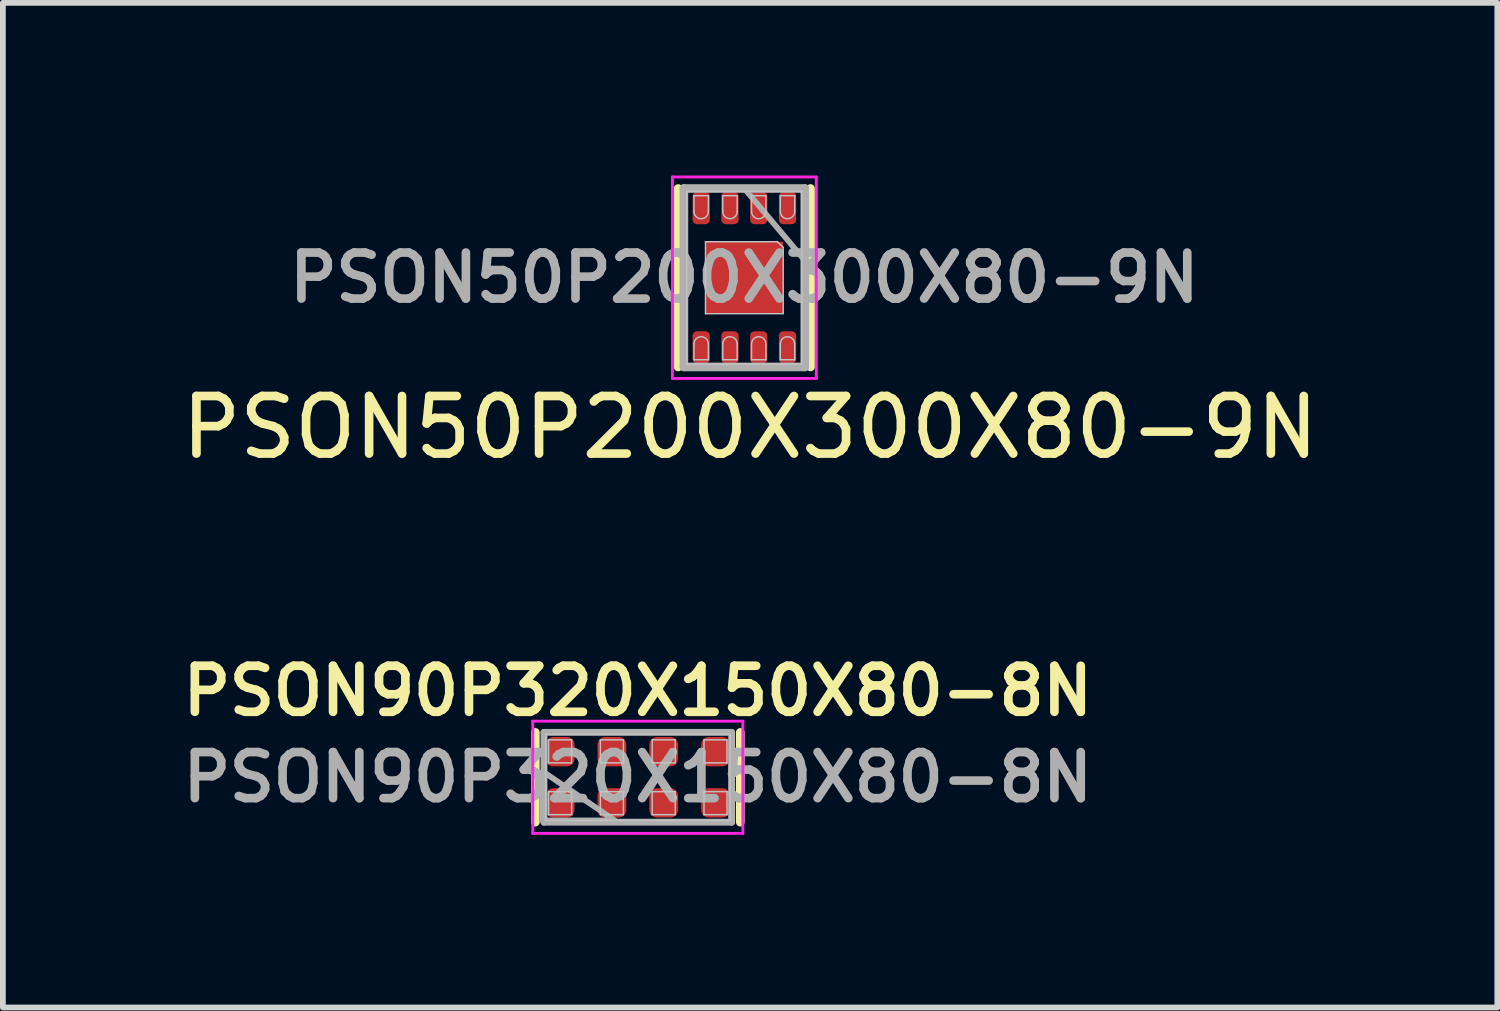
<source format=kicad_pcb>
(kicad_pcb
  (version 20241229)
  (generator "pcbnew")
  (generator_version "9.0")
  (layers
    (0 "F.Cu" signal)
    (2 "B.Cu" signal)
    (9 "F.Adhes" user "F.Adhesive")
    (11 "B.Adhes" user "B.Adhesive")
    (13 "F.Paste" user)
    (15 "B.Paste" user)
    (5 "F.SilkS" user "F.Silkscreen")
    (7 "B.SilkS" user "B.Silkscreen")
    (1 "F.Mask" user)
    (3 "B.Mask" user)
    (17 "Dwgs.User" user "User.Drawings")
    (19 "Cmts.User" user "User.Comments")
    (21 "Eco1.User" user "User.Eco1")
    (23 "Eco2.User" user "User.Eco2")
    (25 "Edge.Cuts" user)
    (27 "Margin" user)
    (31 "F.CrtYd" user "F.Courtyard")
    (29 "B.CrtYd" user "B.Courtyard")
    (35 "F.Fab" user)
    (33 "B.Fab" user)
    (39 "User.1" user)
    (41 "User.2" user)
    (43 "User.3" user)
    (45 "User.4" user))
  (footprint "PSON90P320X150X80-8N"
    (layer "F.Cu")
    (at 8.031 10.454)
    (property "Reference" "PSON90P320X150X80-8N" (at 0 -1.5 0) (layer "F.SilkS") (effects (font (size 0.8 0.8) (thickness 0.15))))
    (attr smd)
    (fp_line (start -1.78 0.78) (end -1.78 -0.78) (stroke (width 0.15) (type solid)) (layer "F.SilkS"))
    (fp_line (start 1.78 0.78) (end 1.78 -0.78) (stroke (width 0.15) (type solid)) (layer "F.SilkS"))
    (fp_line (start -1.6 -0.75) (end 1.6 -0.75) (stroke (width 0.025) (type solid)) (layer "Dwgs.User"))
    (fp_line (start -1.6 0.75) (end -1.6 -0.75) (stroke (width 0.025) (type solid)) (layer "Dwgs.User"))
    (fp_line (start -1.55 -0.65) (end -1.15 -0.65) (stroke (width 0.025) (type solid)) (layer "Dwgs.User"))
    (fp_line (start -1.55 -0.25) (end -1.55 -0.65) (stroke (width 0.025) (type solid)) (layer "Dwgs.User"))
    (fp_line (start -1.55 0.25) (end -1.15 0.25) (stroke (width 0.025) (type solid)) (layer "Dwgs.User"))
    (fp_line (start -1.55 0.65) (end -1.55 0.25) (stroke (width 0.025) (type solid)) (layer "Dwgs.User"))
    (fp_line (start -1.15 -0.65) (end -1.15 -0.25) (stroke (width 0.025) (type solid)) (layer "Dwgs.User"))
    (fp_line (start -1.15 -0.25) (end -1.55 -0.25) (stroke (width 0.025) (type solid)) (layer "Dwgs.User"))
    (fp_line (start -1.15 0.25) (end -1.15 0.65) (stroke (width 0.025) (type solid)) (layer "Dwgs.User"))
    (fp_line (start -1.15 0.65) (end -1.55 0.65) (stroke (width 0.025) (type solid)) (layer "Dwgs.User"))
    (fp_line (start -0.65 -0.65) (end -0.25 -0.65) (stroke (width 0.025) (type solid)) (layer "Dwgs.User"))
    (fp_line (start -0.65 -0.25) (end -0.65 -0.65) (stroke (width 0.025) (type solid)) (layer "Dwgs.User"))
    (fp_line (start -0.65 0.25) (end -0.25 0.25) (stroke (width 0.025) (type solid)) (layer "Dwgs.User"))
    (fp_line (start -0.65 0.65) (end -0.65 0.25) (stroke (width 0.025) (type solid)) (layer "Dwgs.User"))
    (fp_line (start -0.25 -0.65) (end -0.25 -0.25) (stroke (width 0.025) (type solid)) (layer "Dwgs.User"))
    (fp_line (start -0.25 -0.25) (end -0.65 -0.25) (stroke (width 0.025) (type solid)) (layer "Dwgs.User"))
    (fp_line (start -0.25 0.25) (end -0.25 0.65) (stroke (width 0.025) (type solid)) (layer "Dwgs.User"))
    (fp_line (start -0.25 0.65) (end -0.65 0.65) (stroke (width 0.025) (type solid)) (layer "Dwgs.User"))
    (fp_line (start 0.25 -0.65) (end 0.65 -0.65) (stroke (width 0.025) (type solid)) (layer "Dwgs.User"))
    (fp_line (start 0.25 -0.25) (end 0.25 -0.65) (stroke (width 0.025) (type solid)) (layer "Dwgs.User"))
    (fp_line (start 0.25 0.25) (end 0.65 0.25) (stroke (width 0.025) (type solid)) (layer "Dwgs.User"))
    (fp_line (start 0.25 0.65) (end 0.25 0.25) (stroke (width 0.025) (type solid)) (layer "Dwgs.User"))
    (fp_line (start 0.65 -0.65) (end 0.65 -0.25) (stroke (width 0.025) (type solid)) (layer "Dwgs.User"))
    (fp_line (start 0.65 -0.25) (end 0.25 -0.25) (stroke (width 0.025) (type solid)) (layer "Dwgs.User"))
    (fp_line (start 0.65 0.25) (end 0.65 0.65) (stroke (width 0.025) (type solid)) (layer "Dwgs.User"))
    (fp_line (start 0.65 0.65) (end 0.25 0.65) (stroke (width 0.025) (type solid)) (layer "Dwgs.User"))
    (fp_line (start 1.15 -0.65) (end 1.55 -0.65) (stroke (width 0.025) (type solid)) (layer "Dwgs.User"))
    (fp_line (start 1.15 -0.25) (end 1.15 -0.65) (stroke (width 0.025) (type solid)) (layer "Dwgs.User"))
    (fp_line (start 1.15 0.25) (end 1.55 0.25) (stroke (width 0.025) (type solid)) (layer "Dwgs.User"))
    (fp_line (start 1.15 0.65) (end 1.15 0.25) (stroke (width 0.025) (type solid)) (layer "Dwgs.User"))
    (fp_line (start 1.55 -0.65) (end 1.55 -0.25) (stroke (width 0.025) (type solid)) (layer "Dwgs.User"))
    (fp_line (start 1.55 -0.25) (end 1.15 -0.25) (stroke (width 0.025) (type solid)) (layer "Dwgs.User"))
    (fp_line (start 1.55 0.25) (end 1.55 0.65) (stroke (width 0.025) (type solid)) (layer "Dwgs.User"))
    (fp_line (start 1.55 0.65) (end 1.15 0.65) (stroke (width 0.025) (type solid)) (layer "Dwgs.User"))
    (fp_line (start 1.6 -0.75) (end 1.6 0.75) (stroke (width 0.025) (type solid)) (layer "Dwgs.User"))
    (fp_line (start 1.6 0.75) (end -1.6 0.75) (stroke (width 0.025) (type solid)) (layer "Dwgs.User"))
    (fp_line (start -1.825 -0.975) (end -1.825 0.975) (stroke (width 0.05) (type solid)) (layer "F.CrtYd"))
    (fp_line (start -1.825 0.975) (end 1.825 0.975) (stroke (width 0.05) (type solid)) (layer "F.CrtYd"))
    (fp_line (start 1.825 -0.975) (end -1.825 -0.975) (stroke (width 0.05) (type solid)) (layer "F.CrtYd"))
    (fp_line (start 1.825 0.975) (end 1.825 -0.975) (stroke (width 0.05) (type solid)) (layer "F.CrtYd"))
    (fp_line (start -1.63 -0.78) (end 1.63 -0.78) (stroke (width 0.12) (type solid)) (layer "F.Fab"))
    (fp_line (start -1.63 0.78) (end -1.63 -0.78) (stroke (width 0.12) (type solid)) (layer "F.Fab"))
    (fp_line (start 1.63 -0.78) (end 1.63 0.78) (stroke (width 0.12) (type solid)) (layer "F.Fab"))
    (fp_line (start 1.63 0.78) (end -1.63 0.78) (stroke (width 0.12) (type solid)) (layer "F.Fab"))
    (fp_poly (pts (xy -0.4 0.75) (xy -1.65 0.75) (xy -1.65 -0.1)) (stroke (width 0.1) (type solid)) (fill no) (layer "F.Fab"))
    (fp_text user "${REFERENCE}" (at 0 0 0) (layer "F.Fab") (effects (font (size 0.8 0.8) (thickness 0.15))))
    (pad "1" smd roundrect (at -1.35 0.445 90) (size 0.51 0.5) (layers "F.Cu" "F.Mask" "F.Paste") (roundrect_rratio 0.26))
    (pad "2" smd roundrect (at -0.45 0.445 90) (size 0.51 0.5) (layers "F.Cu" "F.Mask" "F.Paste") (roundrect_rratio 0.26))
    (pad "3" smd roundrect (at 0.45 0.445 90) (size 0.51 0.5) (layers "F.Cu" "F.Mask" "F.Paste") (roundrect_rratio 0.26))
    (pad "4" smd roundrect (at 1.35 0.445 90) (size 0.51 0.5) (layers "F.Cu" "F.Mask" "F.Paste") (roundrect_rratio 0.26))
    (pad "5" smd roundrect (at 1.35 -0.445 90) (size 0.51 0.5) (layers "F.Cu" "F.Mask" "F.Paste") (roundrect_rratio 0.26))
    (pad "6" smd roundrect (at 0.45 -0.445 90) (size 0.51 0.5) (layers "F.Cu" "F.Mask" "F.Paste") (roundrect_rratio 0.26))
    (pad "7" smd roundrect (at -0.45 -0.445 90) (size 0.51 0.5) (layers "F.Cu" "F.Mask" "F.Paste") (roundrect_rratio 0.26))
    (pad "8" smd roundrect (at -1.35 -0.445 90) (size 0.51 0.5) (layers "F.Cu" "F.Mask" "F.Paste") (roundrect_rratio 0.26)))
  (footprint "PSON50P200X300X80-9N"
    (layer "F.Cu")
    (at 9.882 1.775)
    (property "Reference" "PSON50P200X300X80-9N" (at 0.1 2.6 0) (layer "F.SilkS") (effects (font (size 1 1) (thickness 0.15))))
    (attr smd)
    (fp_line (start -1.15 -1.55) (end -1.15 1.55) (stroke (width 0.15) (type solid)) (layer "F.SilkS"))
    (fp_line (start 1.15 -1.55) (end 1.15 1.55) (stroke (width 0.15) (type solid)) (layer "F.SilkS"))
    (fp_line (start -1 -1.5) (end 1 -1.5) (stroke (width 0.025) (type solid)) (layer "Dwgs.User"))
    (fp_line (start -1 1.5) (end -1 -1.5) (stroke (width 0.025) (type solid)) (layer "Dwgs.User"))
    (fp_line (start -0.875 -1.425) (end -0.875 -1.15) (stroke (width 0.025) (type solid)) (layer "Dwgs.User"))
    (fp_line (start -0.875 1.15) (end -0.875 1.425) (stroke (width 0.025) (type solid)) (layer "Dwgs.User"))
    (fp_line (start -0.875 1.425) (end -0.625 1.425) (stroke (width 0.025) (type solid)) (layer "Dwgs.User"))
    (fp_line (start -0.675 -0.625) (end -0.675 0.625) (stroke (width 0.025) (type solid)) (layer "Dwgs.User"))
    (fp_line (start -0.675 0.625) (end 0.675 0.625) (stroke (width 0.025) (type solid)) (layer "Dwgs.User"))
    (fp_line (start -0.625 -1.425) (end -0.875 -1.425) (stroke (width 0.025) (type solid)) (layer "Dwgs.User"))
    (fp_line (start -0.625 -1.15) (end -0.625 -1.425) (stroke (width 0.025) (type solid)) (layer "Dwgs.User"))
    (fp_line (start -0.625 1.425) (end -0.625 1.15) (stroke (width 0.025) (type solid)) (layer "Dwgs.User"))
    (fp_line (start -0.375 -1.425) (end -0.375 -1.15) (stroke (width 0.025) (type solid)) (layer "Dwgs.User"))
    (fp_line (start -0.375 1.15) (end -0.375 1.425) (stroke (width 0.025) (type solid)) (layer "Dwgs.User"))
    (fp_line (start -0.375 1.425) (end -0.125 1.425) (stroke (width 0.025) (type solid)) (layer "Dwgs.User"))
    (fp_line (start -0.125 -1.425) (end -0.375 -1.425) (stroke (width 0.025) (type solid)) (layer "Dwgs.User"))
    (fp_line (start -0.125 -1.15) (end -0.125 -1.425) (stroke (width 0.025) (type solid)) (layer "Dwgs.User"))
    (fp_line (start -0.125 1.425) (end -0.125 1.15) (stroke (width 0.025) (type solid)) (layer "Dwgs.User"))
    (fp_line (start 0.125 -1.425) (end 0.125 -1.15) (stroke (width 0.025) (type solid)) (layer "Dwgs.User"))
    (fp_line (start 0.125 1.15) (end 0.125 1.425) (stroke (width 0.025) (type solid)) (layer "Dwgs.User"))
    (fp_line (start 0.125 1.425) (end 0.375 1.425) (stroke (width 0.025) (type solid)) (layer "Dwgs.User"))
    (fp_line (start 0.375 -1.425) (end 0.125 -1.425) (stroke (width 0.025) (type solid)) (layer "Dwgs.User"))
    (fp_line (start 0.375 -1.15) (end 0.375 -1.425) (stroke (width 0.025) (type solid)) (layer "Dwgs.User"))
    (fp_line (start 0.375 1.425) (end 0.375 1.15) (stroke (width 0.025) (type solid)) (layer "Dwgs.User"))
    (fp_line (start 0.575 -0.625) (end -0.675 -0.625) (stroke (width 0.025) (type solid)) (layer "Dwgs.User"))
    (fp_line (start 0.625 -1.425) (end 0.625 -1.15) (stroke (width 0.025) (type solid)) (layer "Dwgs.User"))
    (fp_line (start 0.625 1.15) (end 0.625 1.425) (stroke (width 0.025) (type solid)) (layer "Dwgs.User"))
    (fp_line (start 0.625 1.425) (end 0.875 1.425) (stroke (width 0.025) (type solid)) (layer "Dwgs.User"))
    (fp_line (start 0.675 -0.525) (end 0.575 -0.625) (stroke (width 0.025) (type solid)) (layer "Dwgs.User"))
    (fp_line (start 0.675 0.625) (end 0.675 -0.525) (stroke (width 0.025) (type solid)) (layer "Dwgs.User"))
    (fp_line (start 0.875 -1.425) (end 0.625 -1.425) (stroke (width 0.025) (type solid)) (layer "Dwgs.User"))
    (fp_line (start 0.875 -1.15) (end 0.875 -1.425) (stroke (width 0.025) (type solid)) (layer "Dwgs.User"))
    (fp_line (start 0.875 1.425) (end 0.875 1.15) (stroke (width 0.025) (type solid)) (layer "Dwgs.User"))
    (fp_line (start 1 -1.5) (end 1 1.5) (stroke (width 0.025) (type solid)) (layer "Dwgs.User"))
    (fp_line (start 1 1.5) (end -1 1.5) (stroke (width 0.025) (type solid)) (layer "Dwgs.User"))
    (fp_arc (start -0.875 1.15) (mid -0.75 1.025) (end -0.625 1.15) (stroke (width 0.025) (type solid)) (layer "Dwgs.User"))
    (fp_arc (start -0.625 -1.15) (mid -0.75 -1.025) (end -0.875 -1.15) (stroke (width 0.025) (type solid)) (layer "Dwgs.User"))
    (fp_arc (start -0.375 1.15) (mid -0.25 1.025) (end -0.125 1.15) (stroke (width 0.025) (type solid)) (layer "Dwgs.User"))
    (fp_arc (start -0.125 -1.15) (mid -0.25 -1.025) (end -0.375 -1.15) (stroke (width 0.025) (type solid)) (layer "Dwgs.User"))
    (fp_arc (start 0.125 1.15) (mid 0.25 1.025) (end 0.375 1.15) (stroke (width 0.025) (type solid)) (layer "Dwgs.User"))
    (fp_arc (start 0.375 -1.15) (mid 0.25 -1.025) (end 0.125 -1.15) (stroke (width 0.025) (type solid)) (layer "Dwgs.User"))
    (fp_arc (start 0.625 1.15) (mid 0.75 1.025) (end 0.875 1.15) (stroke (width 0.025) (type solid)) (layer "Dwgs.User"))
    (fp_arc (start 0.875 -1.15) (mid 0.75 -1.025) (end 0.625 -1.15) (stroke (width 0.025) (type solid)) (layer "Dwgs.User"))
    (fp_line (start -1.25 -1.75) (end -1.25 1.75) (stroke (width 0.05) (type solid)) (layer "F.CrtYd"))
    (fp_line (start -1.25 1.75) (end 1.25 1.75) (stroke (width 0.05) (type solid)) (layer "F.CrtYd"))
    (fp_line (start 1.25 -1.75) (end -1.25 -1.75) (stroke (width 0.05) (type solid)) (layer "F.CrtYd"))
    (fp_line (start 1.25 1.75) (end 1.25 -1.75) (stroke (width 0.05) (type solid)) (layer "F.CrtYd"))
    (fp_line (start -1.05 -1.55) (end 1.05 -1.55) (stroke (width 0.15) (type solid)) (layer "F.Fab"))
    (fp_line (start -1.05 1.55) (end -1.05 -1.55) (stroke (width 0.15) (type solid)) (layer "F.Fab"))
    (fp_line (start 1.05 -1.55) (end 1.05 1.55) (stroke (width 0.15) (type solid)) (layer "F.Fab"))
    (fp_line (start 1.05 1.55) (end -1.05 1.55) (stroke (width 0.15) (type solid)) (layer "F.Fab"))
    (fp_poly (pts (xy 1.05 -0.3) (xy 0 -1.55) (xy 1.05 -1.55)) (stroke (width 0.1) (type solid)) (fill no) (layer "F.Fab"))
    (fp_text user "${REFERENCE}" (at 0 0 0) (layer "F.Fab") (effects (font (size 0.8 0.8) (thickness 0.15))))
    (pad "" smd rect (at -0.35 -0.3) (size 0.5 0.45) (layers "F.Paste"))
    (pad "" smd rect (at -0.35 0.3) (size 0.5 0.45) (layers "F.Paste"))
    (pad "" smd rect (at 0.35 -0.3) (size 0.5 0.45) (layers "F.Paste"))
    (pad "" smd rect (at 0.35 0.3) (size 0.5 0.45) (layers "F.Paste"))
    (pad "1" smd roundrect (at 0.75 -1.21 90) (size 0.56 0.3) (layers "F.Cu" "F.Mask" "F.Paste") (roundrect_rratio 0.257))
    (pad "2" smd roundrect (at 0.25 -1.21 90) (size 0.56 0.3) (layers "F.Cu" "F.Mask" "F.Paste") (roundrect_rratio 0.257))
    (pad "3" smd roundrect (at -0.25 -1.21 90) (size 0.56 0.3) (layers "F.Cu" "F.Mask" "F.Paste") (roundrect_rratio 0.257))
    (pad "4" smd roundrect (at -0.75 -1.21 90) (size 0.56 0.3) (layers "F.Cu" "F.Mask" "F.Paste") (roundrect_rratio 0.257))
    (pad "5" smd roundrect (at -0.75 1.21 90) (size 0.56 0.3) (layers "F.Cu" "F.Mask" "F.Paste") (roundrect_rratio 0.257))
    (pad "6" smd roundrect (at -0.25 1.21 90) (size 0.56 0.3) (layers "F.Cu" "F.Mask" "F.Paste") (roundrect_rratio 0.257))
    (pad "7" smd roundrect (at 0.25 1.21 90) (size 0.56 0.3) (layers "F.Cu" "F.Mask" "F.Paste") (roundrect_rratio 0.257))
    (pad "8" smd roundrect (at 0.75 1.21 90) (size 0.56 0.3) (layers "F.Cu" "F.Mask" "F.Paste") (roundrect_rratio 0.257))
    (pad "9" smd rect (at 0 0 90) (size 1.25 1.35) (layers "F.Cu" "F.Mask")))
  (gr_rect
    (start -3 -3)
    (end 22.964 14.454)
    (stroke (width 0.1) (type default))
    (fill no)
    (layer "Edge.Cuts")))
</source>
